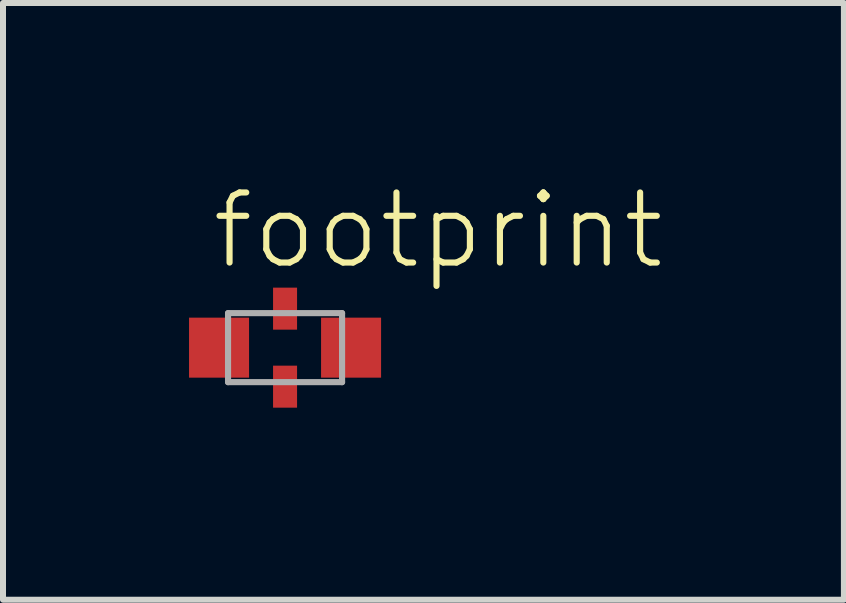
<source format=kicad_pcb>
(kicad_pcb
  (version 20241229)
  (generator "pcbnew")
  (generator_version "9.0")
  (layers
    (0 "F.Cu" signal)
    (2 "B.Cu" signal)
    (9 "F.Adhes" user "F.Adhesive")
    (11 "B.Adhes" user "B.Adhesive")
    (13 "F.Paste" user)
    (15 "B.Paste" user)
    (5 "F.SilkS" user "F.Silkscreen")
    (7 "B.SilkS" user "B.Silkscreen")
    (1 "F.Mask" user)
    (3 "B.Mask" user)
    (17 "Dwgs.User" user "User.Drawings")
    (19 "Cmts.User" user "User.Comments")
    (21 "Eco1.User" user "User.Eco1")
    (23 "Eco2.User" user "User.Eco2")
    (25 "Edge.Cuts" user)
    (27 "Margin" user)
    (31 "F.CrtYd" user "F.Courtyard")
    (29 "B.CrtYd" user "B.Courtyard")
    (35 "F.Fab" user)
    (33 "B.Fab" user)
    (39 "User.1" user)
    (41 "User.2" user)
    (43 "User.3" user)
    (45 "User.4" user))
  (footprint "footprint"
    (layer "F.Cu")
    (at 1.7 2.743)
    (property "Reference" "footprint" (at -1.27 -1.27 0) (layer "F.SilkS") (effects (font (size 1.168 1.168) (thickness 0.102)) (justify left bottom)))
    (fp_poly (pts (xy -1.7 0.6) (xy -0.55 0.6) (xy -0.55 -0.6) (xy -1.7 -0.6)) (stroke (width 0) (type solid)) (fill yes) (layer "F.Mask"))
    (fp_poly (pts (xy -0.4 1.2) (xy 0.4 1.2) (xy 0.4 -1.2) (xy -0.4 -1.2)) (stroke (width 0) (type solid)) (fill yes) (layer "F.Mask"))
    (fp_poly (pts (xy 0.55 0.625) (xy 1.7 0.625) (xy 1.7 -0.6) (xy 0.55 -0.6)) (stroke (width 0) (type solid)) (fill yes) (layer "F.Mask"))
    (fp_line (start -0.95 -0.575) (end 0.95 -0.575) (stroke (width 0.102) (type solid)) (layer "F.Fab"))
    (fp_line (start -0.95 0.575) (end -0.95 -0.575) (stroke (width 0.102) (type solid)) (layer "F.Fab"))
    (fp_line (start 0.95 -0.575) (end 0.95 0.575) (stroke (width 0.102) (type solid)) (layer "F.Fab"))
    (fp_line (start 0.95 0.575) (end -0.95 0.575) (stroke (width 0.102) (type solid)) (layer "F.Fab"))
    (pad "1" smd rect (at -1.1 0) (size 1 1) (layers "F.Cu" "F.Paste"))
    (pad "2@1" smd rect (at 0 -0.65) (size 0.4 0.7) (layers "F.Cu" "F.Paste"))
    (pad "2@2" smd rect (at 0 0.65) (size 0.4 0.7) (layers "F.Cu" "F.Paste"))
    (pad "3" smd rect (at 1.1 0) (size 1 1) (layers "F.Cu" "F.Paste")))
  (gr_rect
    (start -3 -3)
    (end 11.012 6.943)
    (stroke (width 0.1) (type default))
    (fill no)
    (layer "Edge.Cuts")))
</source>
